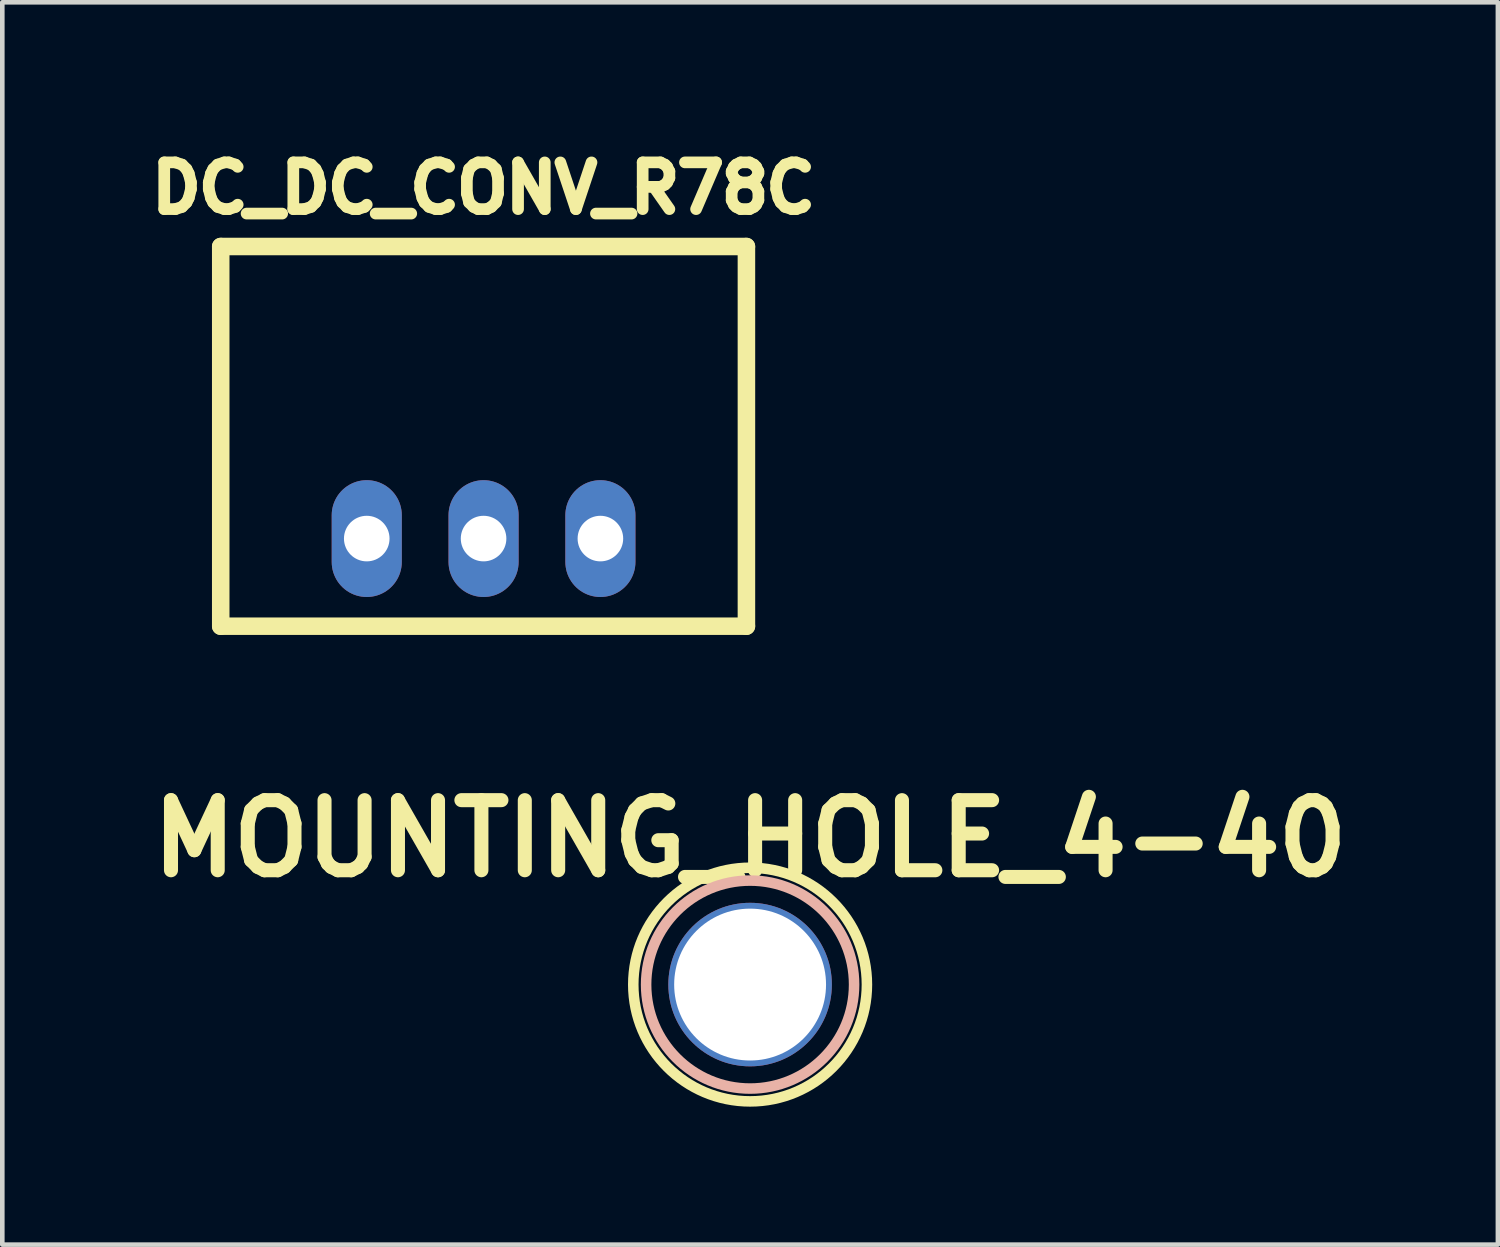
<source format=kicad_pcb>
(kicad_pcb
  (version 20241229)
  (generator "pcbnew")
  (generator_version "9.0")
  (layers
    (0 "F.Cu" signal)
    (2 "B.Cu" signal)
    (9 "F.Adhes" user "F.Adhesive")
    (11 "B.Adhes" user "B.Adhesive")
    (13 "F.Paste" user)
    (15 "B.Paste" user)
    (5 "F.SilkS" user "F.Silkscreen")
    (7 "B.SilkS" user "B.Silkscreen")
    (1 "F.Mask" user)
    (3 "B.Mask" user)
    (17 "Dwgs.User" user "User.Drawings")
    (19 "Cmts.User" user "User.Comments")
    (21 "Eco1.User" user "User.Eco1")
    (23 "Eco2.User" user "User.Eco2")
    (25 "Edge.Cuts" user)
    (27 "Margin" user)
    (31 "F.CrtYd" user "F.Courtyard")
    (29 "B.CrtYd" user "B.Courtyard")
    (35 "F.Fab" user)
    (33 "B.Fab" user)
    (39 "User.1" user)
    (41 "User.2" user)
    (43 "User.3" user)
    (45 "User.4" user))
  (footprint "DC_DC_CONV_R78C"
    (layer "F.Cu")
    (at 7.464 8.66)
    (property "Reference" "DC_DC_CONV_R78C" (at 0 -7.62 0) (layer "F.SilkS") (effects (font (size 1.016 1.016) (thickness 0.254))))
    (attr through_hole)
    (fp_line (start -5.715 -6.35) (end -5.715 1.905) (stroke (width 0.381) (type solid)) (layer "F.SilkS"))
    (fp_line (start -5.715 1.905) (end 5.715 1.905) (stroke (width 0.381) (type solid)) (layer "F.SilkS"))
    (fp_line (start 5.715 -6.35) (end -5.715 -6.35) (stroke (width 0.381) (type solid)) (layer "F.SilkS"))
    (fp_line (start 5.715 1.905) (end 5.715 -6.35) (stroke (width 0.381) (type solid)) (layer "F.SilkS"))
    (pad "1" thru_hole oval (at -2.54 0) (size 1.524 2.54) (drill 0.991) (layers "*.Cu" "*.Mask"))
    (pad "2" thru_hole oval (at 0 0) (size 1.524 2.54) (drill 0.991) (layers "*.Cu" "*.Mask"))
    (pad "3" thru_hole oval (at 2.54 0) (size 1.524 2.54) (drill 0.991) (layers "*.Cu" "*.Mask")))
  (footprint "MOUNTING_HOLE_4-40"
    (layer "F.Cu")
    (at 13.259 18.357)
    (property "Reference" "MOUNTING_HOLE_4-40" (at 0 -3.175 0) (layer "F.SilkS") (effects (font (size 1.524 1.524) (thickness 0.305))))
    (attr through_hole)
    (fp_circle (center 0 0) (end 2.54 0) (stroke (width 0.229) (type solid)) (fill no) (layer "F.SilkS"))
    (fp_circle (center 0 0) (end 2.261 0) (stroke (width 0.229) (type solid)) (fill no) (layer "B.SilkS"))
    (pad "1" thru_hole circle (at 0 0) (size 3.556 3.556) (drill 3.302) (layers "*.Cu" "*.Mask")))
  (gr_rect
    (start -3 -3)
    (end 29.518 24.011)
    (stroke (width 0.1) (type default))
    (fill no)
    (layer "Edge.Cuts")))
</source>
